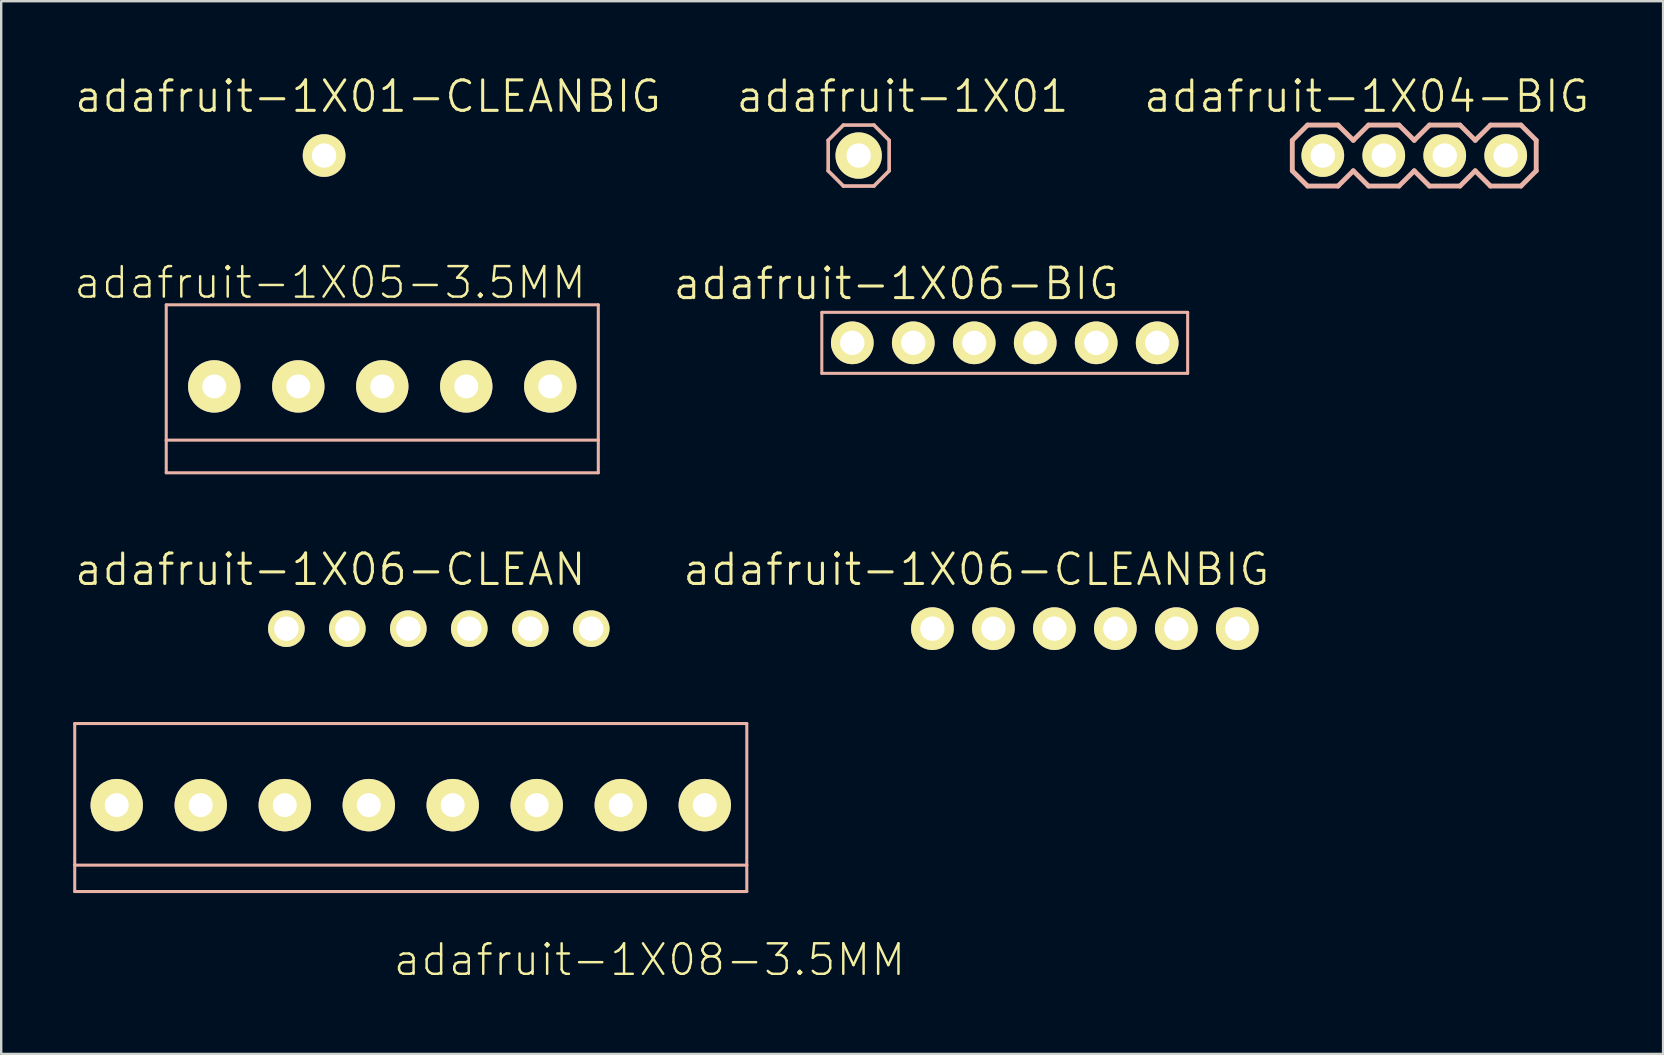
<source format=kicad_pcb>
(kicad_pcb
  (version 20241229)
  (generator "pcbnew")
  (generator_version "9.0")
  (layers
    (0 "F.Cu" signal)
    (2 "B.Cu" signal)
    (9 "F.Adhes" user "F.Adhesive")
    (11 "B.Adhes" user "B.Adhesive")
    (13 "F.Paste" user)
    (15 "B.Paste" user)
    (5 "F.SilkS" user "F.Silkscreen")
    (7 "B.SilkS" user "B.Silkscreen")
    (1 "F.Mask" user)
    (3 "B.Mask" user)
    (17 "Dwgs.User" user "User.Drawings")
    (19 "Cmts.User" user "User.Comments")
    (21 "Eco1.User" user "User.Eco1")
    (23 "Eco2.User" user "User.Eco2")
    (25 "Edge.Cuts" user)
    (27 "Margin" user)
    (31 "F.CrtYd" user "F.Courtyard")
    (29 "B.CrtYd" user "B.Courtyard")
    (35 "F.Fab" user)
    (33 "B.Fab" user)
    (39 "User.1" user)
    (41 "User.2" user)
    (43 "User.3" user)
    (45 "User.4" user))
  (footprint "adafruit-1X05-3.5MM"
    (layer "F.Cu")
    (at 12.874 13.046)
    (property "Reference" "adafruit-1X05-3.5MM" (at -2.174 -4.323 180) (layer "F.SilkS") (effects (font (size 1.27 1.27) (thickness 0.102))))
    (attr exclude_from_pos_files exclude_from_bom)
    (fp_line (start -8.999 -3.399) (end -8.999 2.238) (stroke (width 0.127) (type solid)) (layer "B.SilkS"))
    (fp_line (start -8.999 2.238) (end -8.999 3.599) (stroke (width 0.127) (type solid)) (layer "B.SilkS"))
    (fp_line (start -8.999 2.238) (end 8.999 2.238) (stroke (width 0.127) (type solid)) (layer "B.SilkS"))
    (fp_line (start -8.999 3.599) (end 8.999 3.599) (stroke (width 0.127) (type solid)) (layer "B.SilkS"))
    (fp_line (start 8.999 -3.399) (end -8.999 -3.399) (stroke (width 0.127) (type solid)) (layer "B.SilkS"))
    (fp_line (start 8.999 2.238) (end 8.999 -3.399) (stroke (width 0.127) (type solid)) (layer "B.SilkS"))
    (fp_line (start 8.999 3.599) (end 8.999 2.238) (stroke (width 0.127) (type solid)) (layer "B.SilkS"))
    (pad "1" thru_hole circle (at 6.998 0) (size 2.182 2.182) (drill 0.998) (layers "*.Cu" "F.Mask" "F.SilkS" "F.Paste"))
    (pad "2" thru_hole circle (at 3.498 0) (size 2.182 2.182) (drill 0.998) (layers "*.Cu" "F.Mask" "F.SilkS" "F.Paste"))
    (pad "3" thru_hole circle (at 0 0) (size 2.182 2.182) (drill 0.998) (layers "*.Cu" "F.Mask" "F.SilkS" "F.Paste"))
    (pad "4" thru_hole circle (at -3.498 0) (size 2.182 2.182) (drill 0.998) (layers "*.Cu" "F.Mask" "F.SilkS" "F.Paste"))
    (pad "5" thru_hole circle (at -6.998 0) (size 2.182 2.182) (drill 0.998) (layers "*.Cu" "F.Mask" "F.SilkS" "F.Paste")))
  (footprint "adafruit-1X06-CLEAN"
    (layer "F.Cu")
    (at 15.229 23.138)
    (property "Reference" "adafruit-1X06-CLEAN" (at -4.521 -2.464 0) (layer "F.SilkS") (effects (font (size 1.27 1.27) (thickness 0.127))))
    (attr exclude_from_pos_files exclude_from_bom)
    (fp_line (start -6.604 -0.254) (end -6.096 -0.254) (stroke (width 0.066) (type solid)) (layer "F.SilkS"))
    (fp_line (start -6.604 0.254) (end -6.604 -0.254) (stroke (width 0.066) (type solid)) (layer "F.SilkS"))
    (fp_line (start -6.604 0.254) (end -6.096 0.254) (stroke (width 0.066) (type solid)) (layer "F.SilkS"))
    (fp_line (start -6.096 0.254) (end -6.096 -0.254) (stroke (width 0.066) (type solid)) (layer "F.SilkS"))
    (fp_line (start -4.064 -0.254) (end -3.556 -0.254) (stroke (width 0.066) (type solid)) (layer "F.SilkS"))
    (fp_line (start -4.064 0.254) (end -4.064 -0.254) (stroke (width 0.066) (type solid)) (layer "F.SilkS"))
    (fp_line (start -4.064 0.254) (end -3.556 0.254) (stroke (width 0.066) (type solid)) (layer "F.SilkS"))
    (fp_line (start -3.556 0.254) (end -3.556 -0.254) (stroke (width 0.066) (type solid)) (layer "F.SilkS"))
    (fp_line (start -1.524 -0.254) (end -1.016 -0.254) (stroke (width 0.066) (type solid)) (layer "F.SilkS"))
    (fp_line (start -1.524 0.254) (end -1.524 -0.254) (stroke (width 0.066) (type solid)) (layer "F.SilkS"))
    (fp_line (start -1.524 0.254) (end -1.016 0.254) (stroke (width 0.066) (type solid)) (layer "F.SilkS"))
    (fp_line (start -1.016 0.254) (end -1.016 -0.254) (stroke (width 0.066) (type solid)) (layer "F.SilkS"))
    (fp_line (start 1.016 -0.254) (end 1.524 -0.254) (stroke (width 0.066) (type solid)) (layer "F.SilkS"))
    (fp_line (start 1.016 0.254) (end 1.016 -0.254) (stroke (width 0.066) (type solid)) (layer "F.SilkS"))
    (fp_line (start 1.016 0.254) (end 1.524 0.254) (stroke (width 0.066) (type solid)) (layer "F.SilkS"))
    (fp_line (start 1.524 0.254) (end 1.524 -0.254) (stroke (width 0.066) (type solid)) (layer "F.SilkS"))
    (fp_line (start 3.556 -0.254) (end 4.064 -0.254) (stroke (width 0.066) (type solid)) (layer "F.SilkS"))
    (fp_line (start 3.556 0.254) (end 3.556 -0.254) (stroke (width 0.066) (type solid)) (layer "F.SilkS"))
    (fp_line (start 3.556 0.254) (end 4.064 0.254) (stroke (width 0.066) (type solid)) (layer "F.SilkS"))
    (fp_line (start 4.064 0.254) (end 4.064 -0.254) (stroke (width 0.066) (type solid)) (layer "F.SilkS"))
    (fp_line (start 6.096 -0.254) (end 6.604 -0.254) (stroke (width 0.066) (type solid)) (layer "F.SilkS"))
    (fp_line (start 6.096 0.254) (end 6.096 -0.254) (stroke (width 0.066) (type solid)) (layer "F.SilkS"))
    (fp_line (start 6.096 0.254) (end 6.604 0.254) (stroke (width 0.066) (type solid)) (layer "F.SilkS"))
    (fp_line (start 6.604 0.254) (end 6.604 -0.254) (stroke (width 0.066) (type solid)) (layer "F.SilkS"))
    (pad "1" thru_hole circle (at -6.35 0) (size 1.524 1.524) (drill 1.016) (layers "*.Cu" "F.Mask" "F.SilkS" "F.Paste"))
    (pad "2" thru_hole circle (at -3.81 0) (size 1.524 1.524) (drill 1.016) (layers "*.Cu" "F.Mask" "F.SilkS" "F.Paste"))
    (pad "3" thru_hole circle (at -1.27 0) (size 1.524 1.524) (drill 1.016) (layers "*.Cu" "F.Mask" "F.SilkS" "F.Paste"))
    (pad "4" thru_hole circle (at 1.27 0) (size 1.524 1.524) (drill 1.016) (layers "*.Cu" "F.Mask" "F.SilkS" "F.Paste"))
    (pad "5" thru_hole circle (at 3.81 0) (size 1.524 1.524) (drill 1.016) (layers "*.Cu" "F.Mask" "F.SilkS" "F.Paste"))
    (pad "6" thru_hole circle (at 6.35 0) (size 1.524 1.524) (drill 1.016) (layers "*.Cu" "F.Mask" "F.SilkS" "F.Paste")))
  (footprint "adafruit-1X06-CLEANBIG"
    (layer "F.Cu")
    (at 42.141 23.138)
    (property "Reference" "adafruit-1X06-CLEANBIG" (at -4.521 -2.464 0) (layer "F.SilkS") (effects (font (size 1.27 1.27) (thickness 0.127))))
    (attr exclude_from_pos_files exclude_from_bom)
    (fp_line (start -6.604 -0.254) (end -6.096 -0.254) (stroke (width 0.066) (type solid)) (layer "F.SilkS"))
    (fp_line (start -6.604 0.254) (end -6.604 -0.254) (stroke (width 0.066) (type solid)) (layer "F.SilkS"))
    (fp_line (start -6.604 0.254) (end -6.096 0.254) (stroke (width 0.066) (type solid)) (layer "F.SilkS"))
    (fp_line (start -6.096 0.254) (end -6.096 -0.254) (stroke (width 0.066) (type solid)) (layer "F.SilkS"))
    (fp_line (start -4.064 -0.254) (end -3.556 -0.254) (stroke (width 0.066) (type solid)) (layer "F.SilkS"))
    (fp_line (start -4.064 0.254) (end -4.064 -0.254) (stroke (width 0.066) (type solid)) (layer "F.SilkS"))
    (fp_line (start -4.064 0.254) (end -3.556 0.254) (stroke (width 0.066) (type solid)) (layer "F.SilkS"))
    (fp_line (start -3.556 0.254) (end -3.556 -0.254) (stroke (width 0.066) (type solid)) (layer "F.SilkS"))
    (fp_line (start -1.524 -0.254) (end -1.016 -0.254) (stroke (width 0.066) (type solid)) (layer "F.SilkS"))
    (fp_line (start -1.524 0.254) (end -1.524 -0.254) (stroke (width 0.066) (type solid)) (layer "F.SilkS"))
    (fp_line (start -1.524 0.254) (end -1.016 0.254) (stroke (width 0.066) (type solid)) (layer "F.SilkS"))
    (fp_line (start -1.016 0.254) (end -1.016 -0.254) (stroke (width 0.066) (type solid)) (layer "F.SilkS"))
    (fp_line (start 1.016 -0.254) (end 1.524 -0.254) (stroke (width 0.066) (type solid)) (layer "F.SilkS"))
    (fp_line (start 1.016 0.254) (end 1.016 -0.254) (stroke (width 0.066) (type solid)) (layer "F.SilkS"))
    (fp_line (start 1.016 0.254) (end 1.524 0.254) (stroke (width 0.066) (type solid)) (layer "F.SilkS"))
    (fp_line (start 1.524 0.254) (end 1.524 -0.254) (stroke (width 0.066) (type solid)) (layer "F.SilkS"))
    (fp_line (start 3.556 -0.254) (end 4.064 -0.254) (stroke (width 0.066) (type solid)) (layer "F.SilkS"))
    (fp_line (start 3.556 0.254) (end 3.556 -0.254) (stroke (width 0.066) (type solid)) (layer "F.SilkS"))
    (fp_line (start 3.556 0.254) (end 4.064 0.254) (stroke (width 0.066) (type solid)) (layer "F.SilkS"))
    (fp_line (start 4.064 0.254) (end 4.064 -0.254) (stroke (width 0.066) (type solid)) (layer "F.SilkS"))
    (fp_line (start 6.096 -0.254) (end 6.604 -0.254) (stroke (width 0.066) (type solid)) (layer "F.SilkS"))
    (fp_line (start 6.096 0.254) (end 6.096 -0.254) (stroke (width 0.066) (type solid)) (layer "F.SilkS"))
    (fp_line (start 6.096 0.254) (end 6.604 0.254) (stroke (width 0.066) (type solid)) (layer "F.SilkS"))
    (fp_line (start 6.604 0.254) (end 6.604 -0.254) (stroke (width 0.066) (type solid)) (layer "F.SilkS"))
    (pad "1" thru_hole circle (at -6.35 0) (size 1.778 1.778) (drill 1.016) (layers "*.Cu" "F.Mask" "F.SilkS" "F.Paste"))
    (pad "2" thru_hole circle (at -3.81 0) (size 1.778 1.778) (drill 1.016) (layers "*.Cu" "F.Mask" "F.SilkS" "F.Paste"))
    (pad "3" thru_hole circle (at -1.27 0) (size 1.778 1.778) (drill 1.016) (layers "*.Cu" "F.Mask" "F.SilkS" "F.Paste"))
    (pad "4" thru_hole circle (at 1.27 0) (size 1.778 1.778) (drill 1.016) (layers "*.Cu" "F.Mask" "F.SilkS" "F.Paste"))
    (pad "5" thru_hole circle (at 3.81 0) (size 1.778 1.778) (drill 1.016) (layers "*.Cu" "F.Mask" "F.SilkS" "F.Paste"))
    (pad "6" thru_hole circle (at 6.35 0) (size 1.778 1.778) (drill 1.016) (layers "*.Cu" "F.Mask" "F.SilkS" "F.Paste")))
  (footprint "adafruit-1X01-CLEANBIG"
    (layer "F.Cu")
    (at 10.451 3.43)
    (property "Reference" "adafruit-1X01-CLEANBIG" (at 1.829 -2.464 0) (layer "F.SilkS") (effects (font (size 1.27 1.27) (thickness 0.127))))
    (attr exclude_from_pos_files exclude_from_bom)
    (pad "1" thru_hole circle (at 0 0) (size 1.778 1.778) (drill 1.016) (layers "*.Cu" "F.Mask" "F.SilkS" "F.Paste")))
  (footprint "adafruit-1X08-3.5MM"
    (layer "F.Cu")
    (at 14.061 30.489)
    (property "Reference" "adafruit-1X08-3.5MM" (at 9.944 6.444 180) (layer "F.SilkS") (effects (font (size 1.27 1.27) (thickness 0.102))))
    (attr exclude_from_pos_files exclude_from_bom)
    (fp_line (start -13.998 -3.399) (end -13.998 2.499) (stroke (width 0.127) (type solid)) (layer "B.SilkS"))
    (fp_line (start -13.998 2.499) (end -13.998 3.599) (stroke (width 0.127) (type solid)) (layer "B.SilkS"))
    (fp_line (start -13.998 2.499) (end 13.998 2.499) (stroke (width 0.127) (type solid)) (layer "B.SilkS"))
    (fp_line (start -13.998 3.599) (end 13.998 3.599) (stroke (width 0.127) (type solid)) (layer "B.SilkS"))
    (fp_line (start 13.998 -3.399) (end -13.998 -3.399) (stroke (width 0.127) (type solid)) (layer "B.SilkS"))
    (fp_line (start 13.998 2.499) (end 13.998 -3.399) (stroke (width 0.127) (type solid)) (layer "B.SilkS"))
    (fp_line (start 13.998 3.599) (end 13.998 2.499) (stroke (width 0.127) (type solid)) (layer "B.SilkS"))
    (pad "1" thru_hole circle (at -12.248 0) (size 2.182 2.182) (drill 0.998) (layers "*.Cu" "F.Mask" "F.SilkS" "F.Paste"))
    (pad "2" thru_hole circle (at -8.748 0) (size 2.182 2.182) (drill 0.998) (layers "*.Cu" "F.Mask" "F.SilkS" "F.Paste"))
    (pad "3" thru_hole circle (at -5.248 0) (size 2.182 2.182) (drill 0.998) (layers "*.Cu" "F.Mask" "F.SilkS" "F.Paste"))
    (pad "4" thru_hole circle (at -1.748 0) (size 2.182 2.182) (drill 0.998) (layers "*.Cu" "F.Mask" "F.SilkS" "F.Paste"))
    (pad "5" thru_hole circle (at 1.748 0) (size 2.182 2.182) (drill 0.998) (layers "*.Cu" "F.Mask" "F.SilkS" "F.Paste"))
    (pad "6" thru_hole circle (at 5.248 0) (size 2.182 2.182) (drill 0.998) (layers "*.Cu" "F.Mask" "F.SilkS" "F.Paste"))
    (pad "7" thru_hole circle (at 8.748 0) (size 2.182 2.182) (drill 0.998) (layers "*.Cu" "F.Mask" "F.SilkS" "F.Paste"))
    (pad "8" thru_hole circle (at 12.248 0) (size 2.182 2.182) (drill 0.998) (layers "*.Cu" "F.Mask" "F.SilkS" "F.Paste")))
  (footprint "adafruit-1X06-BIG"
    (layer "F.Cu")
    (at 38.804 11.231)
    (property "Reference" "adafruit-1X06-BIG" (at -4.521 -2.464 0) (layer "F.SilkS") (effects (font (size 1.27 1.27) (thickness 0.127))))
    (attr exclude_from_pos_files exclude_from_bom)
    (fp_line (start -6.604 -0.254) (end -6.096 -0.254) (stroke (width 0.066) (type solid)) (layer "F.SilkS"))
    (fp_line (start -6.604 0.254) (end -6.604 -0.254) (stroke (width 0.066) (type solid)) (layer "F.SilkS"))
    (fp_line (start -6.604 0.254) (end -6.096 0.254) (stroke (width 0.066) (type solid)) (layer "F.SilkS"))
    (fp_line (start -6.096 0.254) (end -6.096 -0.254) (stroke (width 0.066) (type solid)) (layer "F.SilkS"))
    (fp_line (start -4.064 -0.254) (end -3.556 -0.254) (stroke (width 0.066) (type solid)) (layer "F.SilkS"))
    (fp_line (start -4.064 0.254) (end -4.064 -0.254) (stroke (width 0.066) (type solid)) (layer "F.SilkS"))
    (fp_line (start -4.064 0.254) (end -3.556 0.254) (stroke (width 0.066) (type solid)) (layer "F.SilkS"))
    (fp_line (start -3.556 0.254) (end -3.556 -0.254) (stroke (width 0.066) (type solid)) (layer "F.SilkS"))
    (fp_line (start -1.524 -0.254) (end -1.016 -0.254) (stroke (width 0.066) (type solid)) (layer "F.SilkS"))
    (fp_line (start -1.524 0.254) (end -1.524 -0.254) (stroke (width 0.066) (type solid)) (layer "F.SilkS"))
    (fp_line (start -1.524 0.254) (end -1.016 0.254) (stroke (width 0.066) (type solid)) (layer "F.SilkS"))
    (fp_line (start -1.016 0.254) (end -1.016 -0.254) (stroke (width 0.066) (type solid)) (layer "F.SilkS"))
    (fp_line (start 1.016 -0.254) (end 1.524 -0.254) (stroke (width 0.066) (type solid)) (layer "F.SilkS"))
    (fp_line (start 1.016 0.254) (end 1.016 -0.254) (stroke (width 0.066) (type solid)) (layer "F.SilkS"))
    (fp_line (start 1.016 0.254) (end 1.524 0.254) (stroke (width 0.066) (type solid)) (layer "F.SilkS"))
    (fp_line (start 1.524 0.254) (end 1.524 -0.254) (stroke (width 0.066) (type solid)) (layer "F.SilkS"))
    (fp_line (start 3.556 -0.254) (end 4.064 -0.254) (stroke (width 0.066) (type solid)) (layer "F.SilkS"))
    (fp_line (start 3.556 0.254) (end 3.556 -0.254) (stroke (width 0.066) (type solid)) (layer "F.SilkS"))
    (fp_line (start 3.556 0.254) (end 4.064 0.254) (stroke (width 0.066) (type solid)) (layer "F.SilkS"))
    (fp_line (start 4.064 0.254) (end 4.064 -0.254) (stroke (width 0.066) (type solid)) (layer "F.SilkS"))
    (fp_line (start 6.096 -0.254) (end 6.604 -0.254) (stroke (width 0.066) (type solid)) (layer "F.SilkS"))
    (fp_line (start 6.096 0.254) (end 6.096 -0.254) (stroke (width 0.066) (type solid)) (layer "F.SilkS"))
    (fp_line (start 6.096 0.254) (end 6.604 0.254) (stroke (width 0.066) (type solid)) (layer "F.SilkS"))
    (fp_line (start 6.604 0.254) (end 6.604 -0.254) (stroke (width 0.066) (type solid)) (layer "F.SilkS"))
    (fp_line (start -7.62 -1.27) (end 7.62 -1.27) (stroke (width 0.127) (type solid)) (layer "B.SilkS"))
    (fp_line (start -7.62 1.27) (end -7.62 -1.27) (stroke (width 0.127) (type solid)) (layer "B.SilkS"))
    (fp_line (start 7.62 -1.27) (end 7.62 1.27) (stroke (width 0.127) (type solid)) (layer "B.SilkS"))
    (fp_line (start 7.62 1.27) (end -7.62 1.27) (stroke (width 0.127) (type solid)) (layer "B.SilkS"))
    (pad "1" thru_hole circle (at -6.35 0) (size 1.778 1.778) (drill 1.016) (layers "*.Cu" "F.Mask" "F.SilkS" "F.Paste"))
    (pad "2" thru_hole circle (at -3.81 0) (size 1.778 1.778) (drill 1.016) (layers "*.Cu" "F.Mask" "F.SilkS" "F.Paste"))
    (pad "3" thru_hole circle (at -1.27 0) (size 1.778 1.778) (drill 1.016) (layers "*.Cu" "F.Mask" "F.SilkS" "F.Paste"))
    (pad "4" thru_hole circle (at 1.27 0) (size 1.778 1.778) (drill 1.016) (layers "*.Cu" "F.Mask" "F.SilkS" "F.Paste"))
    (pad "5" thru_hole circle (at 3.81 0) (size 1.778 1.778) (drill 1.016) (layers "*.Cu" "F.Mask" "F.SilkS" "F.Paste"))
    (pad "6" thru_hole circle (at 6.35 0) (size 1.778 1.778) (drill 1.016) (layers "*.Cu" "F.Mask" "F.SilkS" "F.Paste")))
  (footprint "adafruit-1X01"
    (layer "F.Cu")
    (at 32.719 3.43)
    (property "Reference" "adafruit-1X01" (at 1.829 -2.464 0) (layer "F.SilkS") (effects (font (size 1.27 1.27) (thickness 0.127))))
    (attr exclude_from_pos_files exclude_from_bom)
    (fp_line (start -0.254 -0.254) (end 0.254 -0.254) (stroke (width 0.066) (type solid)) (layer "F.SilkS"))
    (fp_line (start -0.254 0.254) (end -0.254 -0.254) (stroke (width 0.066) (type solid)) (layer "F.SilkS"))
    (fp_line (start -0.254 0.254) (end 0.254 0.254) (stroke (width 0.066) (type solid)) (layer "F.SilkS"))
    (fp_line (start 0.254 0.254) (end 0.254 -0.254) (stroke (width 0.066) (type solid)) (layer "F.SilkS"))
    (fp_line (start -1.27 -0.635) (end -1.27 0.635) (stroke (width 0.152) (type solid)) (layer "B.SilkS"))
    (fp_line (start -1.27 0.635) (end -0.635 1.27) (stroke (width 0.152) (type solid)) (layer "B.SilkS"))
    (fp_line (start -0.635 -1.27) (end -1.27 -0.635) (stroke (width 0.152) (type solid)) (layer "B.SilkS"))
    (fp_line (start -0.635 -1.27) (end 0.635 -1.27) (stroke (width 0.152) (type solid)) (layer "B.SilkS"))
    (fp_line (start 0.635 -1.27) (end 1.27 -0.635) (stroke (width 0.152) (type solid)) (layer "B.SilkS"))
    (fp_line (start 0.635 1.27) (end -0.635 1.27) (stroke (width 0.152) (type solid)) (layer "B.SilkS"))
    (fp_line (start 1.27 -0.635) (end 1.27 0.635) (stroke (width 0.152) (type solid)) (layer "B.SilkS"))
    (fp_line (start 1.27 0.635) (end 0.635 1.27) (stroke (width 0.152) (type solid)) (layer "B.SilkS"))
    (pad "1" thru_hole circle (at 0 0) (size 1.93 1.93) (drill 1.016) (layers "*.Cu" "F.Mask" "F.SilkS" "F.Paste")))
  (footprint "adafruit-1X04-BIG"
    (layer "F.Cu")
    (at 52.053 3.43)
    (property "Reference" "adafruit-1X04-BIG" (at 1.829 -2.464 0) (layer "F.SilkS") (effects (font (size 1.27 1.27) (thickness 0.127))))
    (attr exclude_from_pos_files exclude_from_bom)
    (fp_line (start -0.254 -0.254) (end 0.254 -0.254) (stroke (width 0.066) (type solid)) (layer "F.SilkS"))
    (fp_line (start -0.254 0.254) (end -0.254 -0.254) (stroke (width 0.066) (type solid)) (layer "F.SilkS"))
    (fp_line (start -0.254 0.254) (end 0.254 0.254) (stroke (width 0.066) (type solid)) (layer "F.SilkS"))
    (fp_line (start 0.254 0.254) (end 0.254 -0.254) (stroke (width 0.066) (type solid)) (layer "F.SilkS"))
    (fp_line (start 2.286 -0.254) (end 2.794 -0.254) (stroke (width 0.066) (type solid)) (layer "F.SilkS"))
    (fp_line (start 2.286 0.254) (end 2.286 -0.254) (stroke (width 0.066) (type solid)) (layer "F.SilkS"))
    (fp_line (start 2.286 0.254) (end 2.794 0.254) (stroke (width 0.066) (type solid)) (layer "F.SilkS"))
    (fp_line (start 2.794 0.254) (end 2.794 -0.254) (stroke (width 0.066) (type solid)) (layer "F.SilkS"))
    (fp_line (start 4.826 -0.254) (end 5.334 -0.254) (stroke (width 0.066) (type solid)) (layer "F.SilkS"))
    (fp_line (start 4.826 0.254) (end 4.826 -0.254) (stroke (width 0.066) (type solid)) (layer "F.SilkS"))
    (fp_line (start 4.826 0.254) (end 5.334 0.254) (stroke (width 0.066) (type solid)) (layer "F.SilkS"))
    (fp_line (start 5.334 0.254) (end 5.334 -0.254) (stroke (width 0.066) (type solid)) (layer "F.SilkS"))
    (fp_line (start 7.366 -0.254) (end 7.874 -0.254) (stroke (width 0.066) (type solid)) (layer "F.SilkS"))
    (fp_line (start 7.366 0.254) (end 7.366 -0.254) (stroke (width 0.066) (type solid)) (layer "F.SilkS"))
    (fp_line (start 7.366 0.254) (end 7.874 0.254) (stroke (width 0.066) (type solid)) (layer "F.SilkS"))
    (fp_line (start 7.874 0.254) (end 7.874 -0.254) (stroke (width 0.066) (type solid)) (layer "F.SilkS"))
    (fp_line (start -1.27 -0.635) (end -1.27 0.635) (stroke (width 0.203) (type solid)) (layer "B.SilkS"))
    (fp_line (start -1.27 0.635) (end -0.635 1.27) (stroke (width 0.203) (type solid)) (layer "B.SilkS"))
    (fp_line (start -0.635 -1.27) (end -1.27 -0.635) (stroke (width 0.203) (type solid)) (layer "B.SilkS"))
    (fp_line (start -0.635 -1.27) (end 0.635 -1.27) (stroke (width 0.203) (type solid)) (layer "B.SilkS"))
    (fp_line (start 0.635 -1.27) (end 1.27 -0.635) (stroke (width 0.203) (type solid)) (layer "B.SilkS"))
    (fp_line (start 0.635 1.27) (end -0.635 1.27) (stroke (width 0.203) (type solid)) (layer "B.SilkS"))
    (fp_line (start 1.27 -0.635) (end 1.905 -1.27) (stroke (width 0.203) (type solid)) (layer "B.SilkS"))
    (fp_line (start 1.27 0.635) (end 0.635 1.27) (stroke (width 0.203) (type solid)) (layer "B.SilkS"))
    (fp_line (start 1.905 -1.27) (end 3.175 -1.27) (stroke (width 0.203) (type solid)) (layer "B.SilkS"))
    (fp_line (start 1.905 1.27) (end 1.27 0.635) (stroke (width 0.203) (type solid)) (layer "B.SilkS"))
    (fp_line (start 3.175 -1.27) (end 3.81 -0.635) (stroke (width 0.203) (type solid)) (layer "B.SilkS"))
    (fp_line (start 3.175 1.27) (end 1.905 1.27) (stroke (width 0.203) (type solid)) (layer "B.SilkS"))
    (fp_line (start 3.81 -0.635) (end 4.445 -1.27) (stroke (width 0.203) (type solid)) (layer "B.SilkS"))
    (fp_line (start 3.81 0.635) (end 3.175 1.27) (stroke (width 0.203) (type solid)) (layer "B.SilkS"))
    (fp_line (start 4.445 -1.27) (end 5.715 -1.27) (stroke (width 0.203) (type solid)) (layer "B.SilkS"))
    (fp_line (start 4.445 1.27) (end 3.81 0.635) (stroke (width 0.203) (type solid)) (layer "B.SilkS"))
    (fp_line (start 5.715 -1.27) (end 6.35 -0.635) (stroke (width 0.203) (type solid)) (layer "B.SilkS"))
    (fp_line (start 5.715 1.27) (end 4.445 1.27) (stroke (width 0.203) (type solid)) (layer "B.SilkS"))
    (fp_line (start 6.35 0.635) (end 5.715 1.27) (stroke (width 0.203) (type solid)) (layer "B.SilkS"))
    (fp_line (start 6.35 0.635) (end 6.985 1.27) (stroke (width 0.203) (type solid)) (layer "B.SilkS"))
    (fp_line (start 6.985 -1.27) (end 6.35 -0.635) (stroke (width 0.203) (type solid)) (layer "B.SilkS"))
    (fp_line (start 6.985 -1.27) (end 8.255 -1.27) (stroke (width 0.203) (type solid)) (layer "B.SilkS"))
    (fp_line (start 8.255 -1.27) (end 8.89 -0.635) (stroke (width 0.203) (type solid)) (layer "B.SilkS"))
    (fp_line (start 8.255 1.27) (end 6.985 1.27) (stroke (width 0.203) (type solid)) (layer "B.SilkS"))
    (fp_line (start 8.89 -0.635) (end 8.89 0.635) (stroke (width 0.203) (type solid)) (layer "B.SilkS"))
    (fp_line (start 8.89 0.635) (end 8.255 1.27) (stroke (width 0.203) (type solid)) (layer "B.SilkS"))
    (pad "1" thru_hole circle (at 0 0) (size 1.778 1.778) (drill 1.016) (layers "*.Cu" "F.Mask" "F.SilkS" "F.Paste"))
    (pad "2" thru_hole circle (at 2.54 0) (size 1.778 1.778) (drill 1.016) (layers "*.Cu" "F.Mask" "F.SilkS" "F.Paste"))
    (pad "3" thru_hole circle (at 5.08 0) (size 1.778 1.778) (drill 1.016) (layers "*.Cu" "F.Mask" "F.SilkS" "F.Paste"))
    (pad "4" thru_hole circle (at 7.62 0) (size 1.778 1.778) (drill 1.016) (layers "*.Cu" "F.Mask" "F.SilkS" "F.Paste")))
  (gr_rect
    (start -3 -3)
    (end 66.229 40.854)
    (stroke (width 0.1) (type default))
    (fill no)
    (layer "Edge.Cuts")))
</source>
